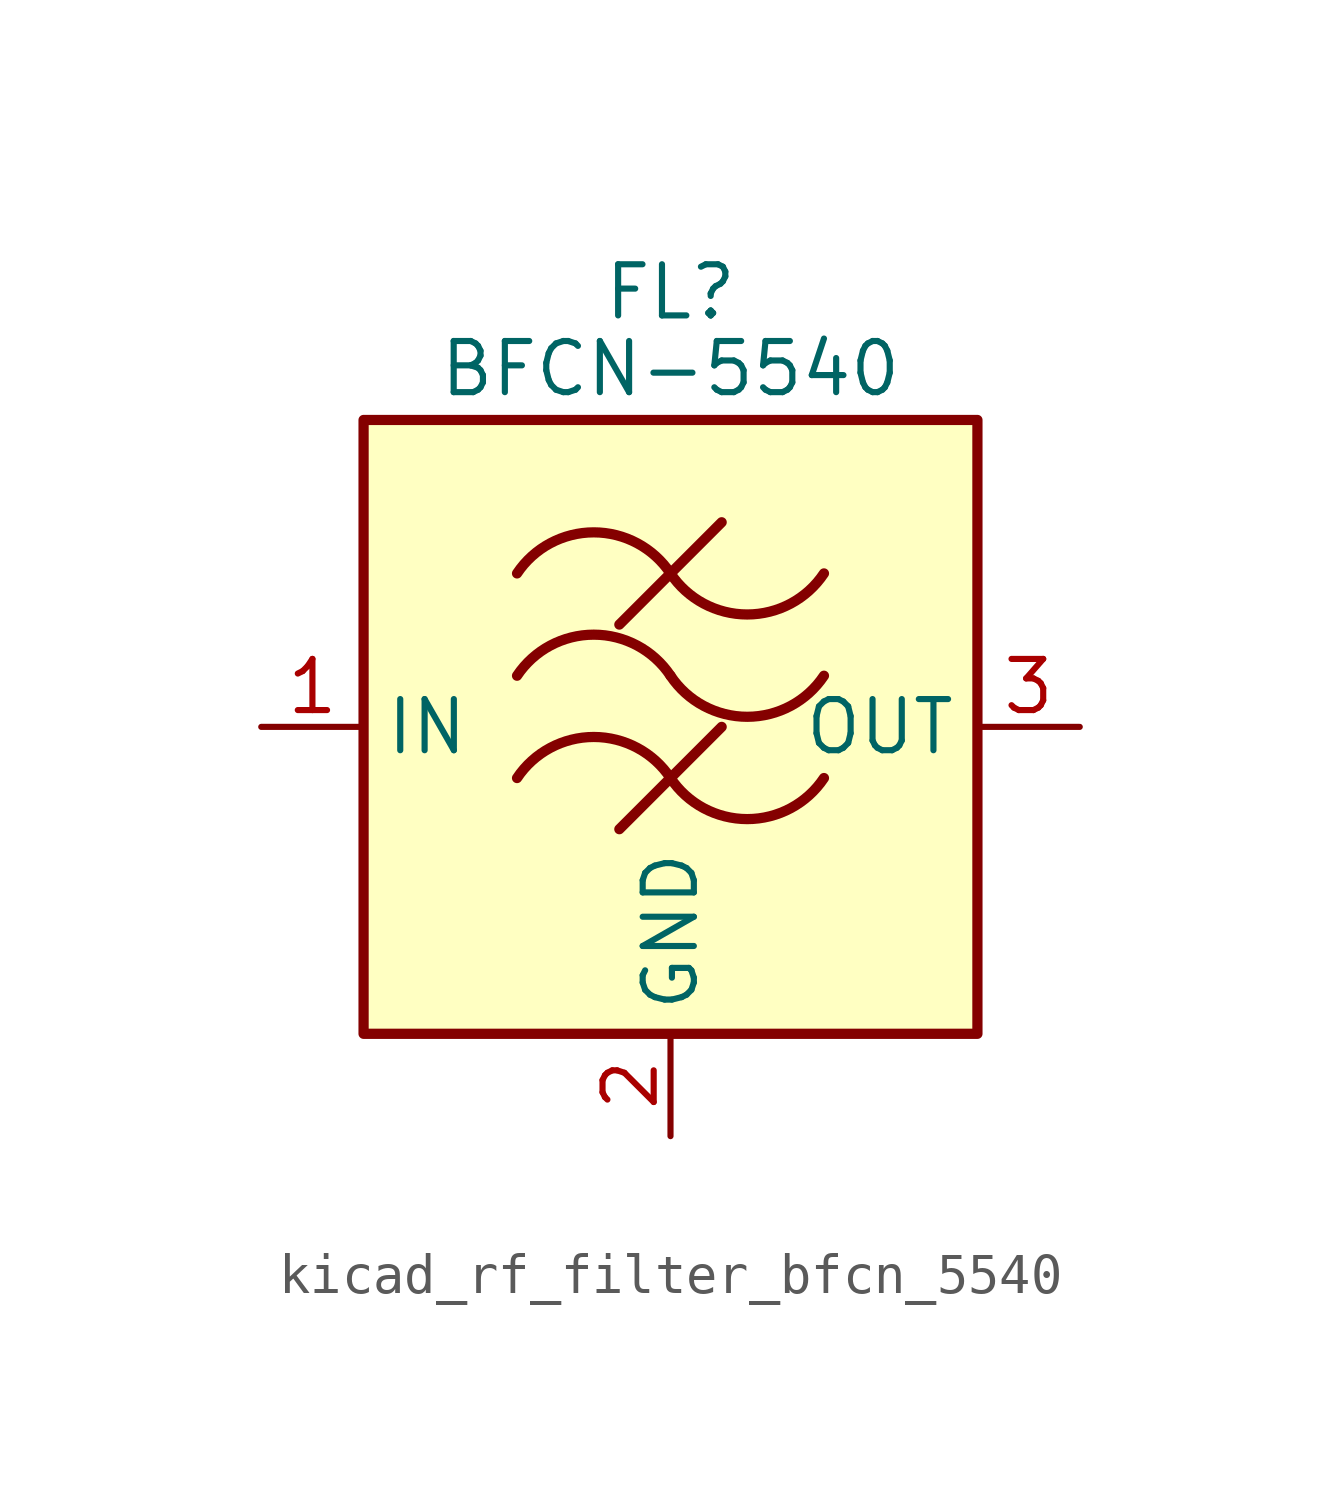
<source format=kicad_sym>
(kicad_symbol_lib
  (version 20220914)
  (generator kicad_symbol_editor)
  (symbol "kicad_rf_filter_bfcn_5540"
    (property "Reference" "FL"
      (at 0 10.795 0)
      (effects (font (size 1.27 1.27))))
    (property "Value" "BFCN-5540"
      (at 0 8.89 0)
      (effects (font (size 1.27 1.27))))
    (symbol "kicad_rf_filter_bfcn_5540_0_1"
      (rectangle (start -7.62 7.62) (end 7.62 -7.62) (stroke (width 0.254) (type default)) (fill (type background)))
      (arc (start 0 -1.27) (mid -1.905 -0.2505) (end -3.81 -1.27) (stroke (width 0.254) (type default)) (fill (type none)))
      (arc (start 0 -1.27) (mid 1.905 -2.2895) (end 3.81 -1.27) (stroke (width 0.254) (type default)) (fill (type none)))
      (polyline (pts (xy -1.27 -2.54) (xy 1.27 0)) (stroke (width 0.254) (type default)) (fill (type none)))
      (polyline (pts (xy -1.27 2.54) (xy 1.27 5.08)) (stroke (width 0.254) (type default)) (fill (type none)))
      (arc (start 0 1.27) (mid -1.905 2.2895) (end -3.81 1.27) (stroke (width 0.254) (type default)) (fill (type none)))
      (arc (start 0 1.27) (mid 1.905 0.2505) (end 3.81 1.27) (stroke (width 0.254) (type default)) (fill (type none)))
      (arc (start 0 3.81) (mid -1.905 4.8295) (end -3.81 3.81) (stroke (width 0.254) (type default)) (fill (type none)))
      (arc (start 0 3.81) (mid 1.905 2.7905) (end 3.81 3.81) (stroke (width 0.254) (type default)) (fill (type none))))
    (symbol "kicad_rf_filter_bfcn_5540_1_1"
      (pin passive line (at -10.16 0 0) (length 2.54) (name "IN" (effects (font (size 1.27 1.27)))) (number "1" (effects (font (size 1.27 1.27)))))
      (pin passive line (at 0 -10.16 90) (length 2.54) (name "GND" (effects (font (size 1.27 1.27)))) (number "2" (effects (font (size 1.27 1.27)))))
      (pin passive line (at 10.16 0 180) (length 2.54) (name "OUT" (effects (font (size 1.27 1.27)))) (number "3" (effects (font (size 1.27 1.27)))))
      (pin passive line (at 0 -10.16 90) (length 2.54) hide (name "GND" (effects (font (size 1.27 1.27)))) (number "4" (effects (font (size 1.27 1.27))))))))
</source>
